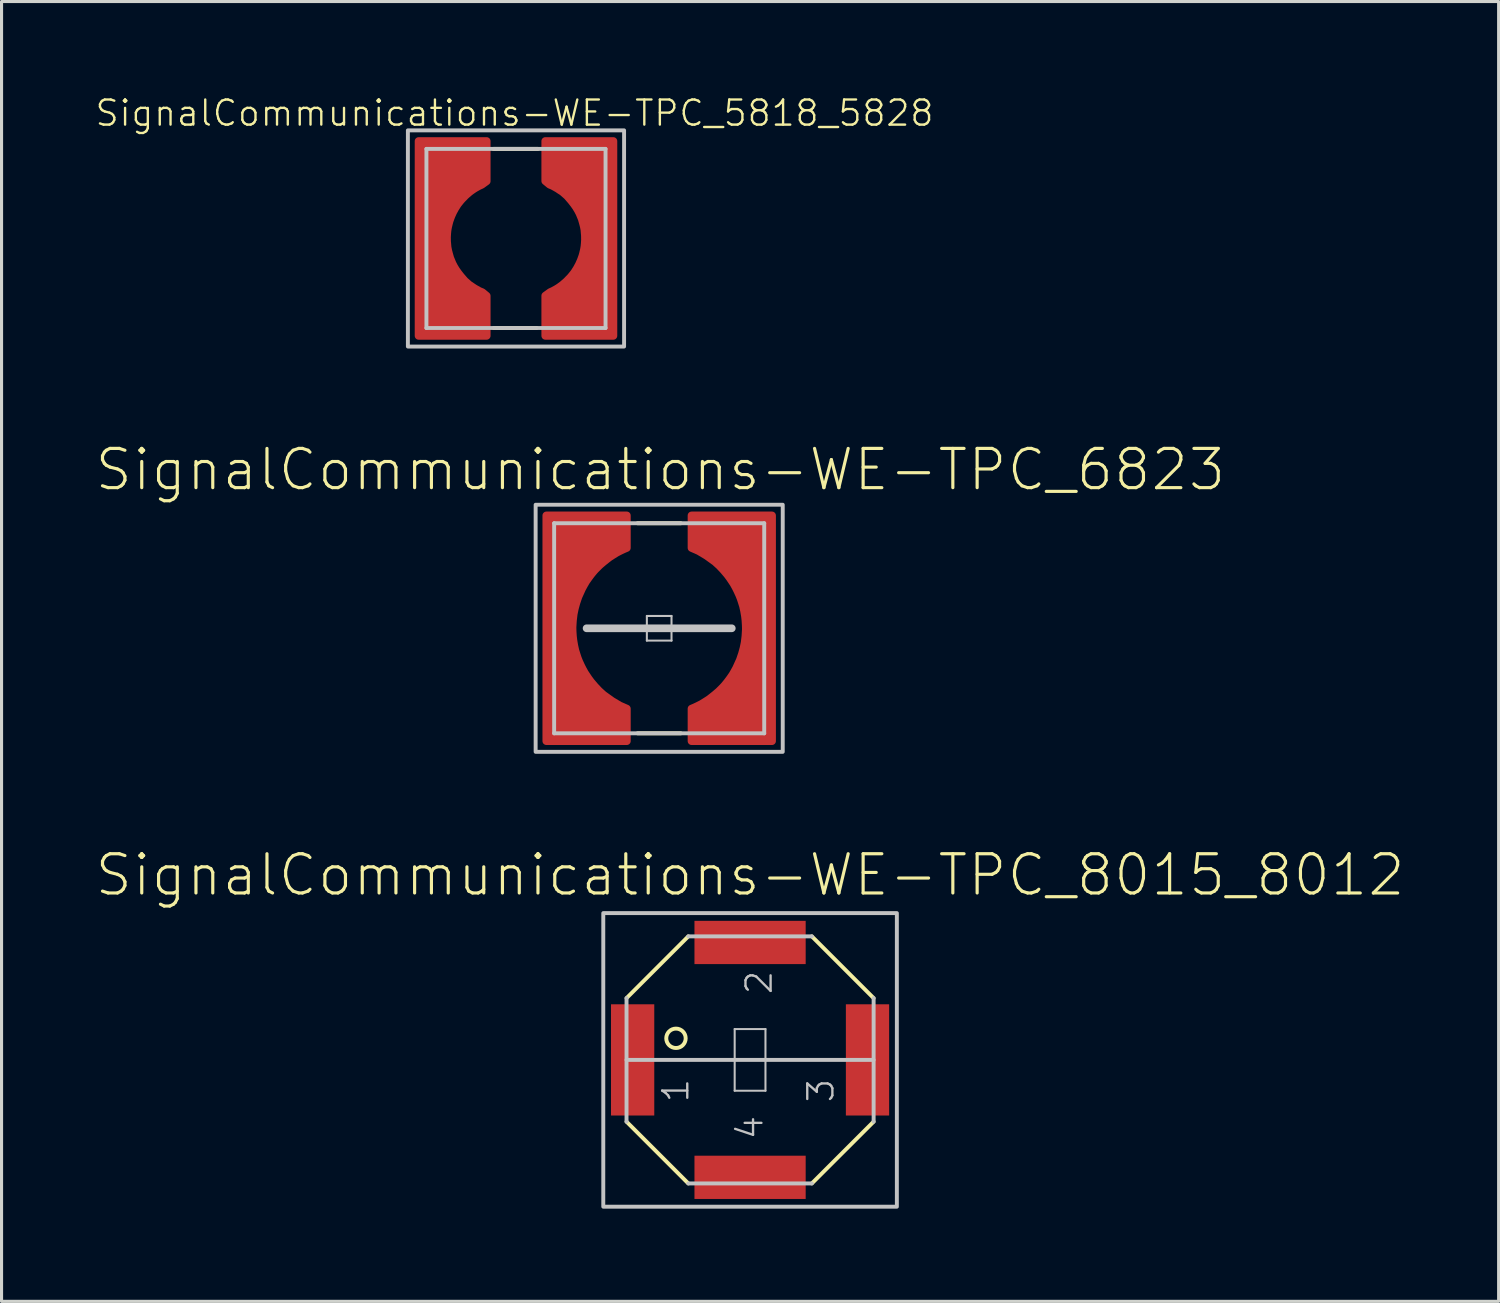
<source format=kicad_pcb>
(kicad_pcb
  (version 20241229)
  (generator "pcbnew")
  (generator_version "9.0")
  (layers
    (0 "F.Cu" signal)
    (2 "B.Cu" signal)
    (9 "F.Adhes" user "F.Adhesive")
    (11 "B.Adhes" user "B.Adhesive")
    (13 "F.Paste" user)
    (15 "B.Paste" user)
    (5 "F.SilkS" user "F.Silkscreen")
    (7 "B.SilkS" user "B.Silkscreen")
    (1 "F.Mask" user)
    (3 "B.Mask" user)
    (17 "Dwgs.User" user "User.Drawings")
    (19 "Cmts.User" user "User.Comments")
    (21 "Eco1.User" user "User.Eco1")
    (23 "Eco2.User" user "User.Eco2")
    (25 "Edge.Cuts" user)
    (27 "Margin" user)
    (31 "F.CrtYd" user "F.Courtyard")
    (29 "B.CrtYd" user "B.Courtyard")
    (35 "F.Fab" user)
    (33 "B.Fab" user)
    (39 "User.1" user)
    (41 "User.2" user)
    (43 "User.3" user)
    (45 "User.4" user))
  (footprint "SignalCommunications-WE-TPC_6823"
    (layer "F.Cu")
    (at 18.281 17.281)
    (property "Reference" "SignalCommunications-WE-TPC_6823" (at 0.038 -5.133 0) (layer "F.SilkS") (effects (font (size 1.27 1.27) (thickness 0.102))))
    (attr smd)
    (fp_poly (pts (xy -3.65 -3.65) (xy -1.049 -3.65) (xy -1.049 -2.601) (xy -1.146 -2.56) (xy -1.252 -2.51) (xy -1.372 -2.449) (xy -1.499 -2.37) (xy -1.6 -2.306) (xy -1.676 -2.248) (xy -1.801 -2.149) (xy -1.923 -2.045) (xy -2.06 -1.908) (xy -2.116 -1.847) (xy -2.202 -1.742) (xy -2.283 -1.633) (xy -2.37 -1.509) (xy -2.426 -1.412) (xy -2.494 -1.288) (xy -2.56 -1.143) (xy -2.614 -1.024) (xy -2.682 -0.823) (xy -2.731 -0.643) (xy -2.769 -0.462) (xy -2.794 -0.249) (xy -2.807 -0.03) (xy -2.804 0.097) (xy -2.794 0.257) (xy -2.779 0.389) (xy -2.751 0.556) (xy -2.715 0.719) (xy -2.675 0.846) (xy -2.637 0.963) (xy -2.591 1.079) (xy -2.525 1.222) (xy -2.474 1.323) (xy -2.408 1.443) (xy -2.344 1.539) (xy -2.281 1.633) (xy -2.205 1.735) (xy -2.08 1.882) (xy -1.948 2.022) (xy -1.803 2.154) (xy -1.527 2.352) (xy -1.275 2.502) (xy -1.049 2.601) (xy -1.049 3.65) (xy -3.65 3.65) (xy -3.65 -3.65)) (stroke (width 0.254) (type solid)) (fill yes) (layer "F.Cu"))
    (fp_poly (pts (xy 3.65 3.65) (xy 1.049 3.65) (xy 1.049 2.601) (xy 1.146 2.56) (xy 1.252 2.51) (xy 1.372 2.449) (xy 1.499 2.37) (xy 1.6 2.306) (xy 1.676 2.248) (xy 1.801 2.149) (xy 1.923 2.045) (xy 2.06 1.908) (xy 2.116 1.847) (xy 2.202 1.742) (xy 2.283 1.633) (xy 2.37 1.509) (xy 2.426 1.412) (xy 2.494 1.288) (xy 2.56 1.143) (xy 2.614 1.024) (xy 2.682 0.823) (xy 2.731 0.643) (xy 2.769 0.462) (xy 2.794 0.249) (xy 2.807 0.03) (xy 2.804 -0.097) (xy 2.794 -0.257) (xy 2.779 -0.389) (xy 2.751 -0.556) (xy 2.715 -0.719) (xy 2.675 -0.846) (xy 2.637 -0.963) (xy 2.591 -1.079) (xy 2.525 -1.222) (xy 2.474 -1.323) (xy 2.408 -1.443) (xy 2.344 -1.539) (xy 2.281 -1.633) (xy 2.205 -1.735) (xy 2.08 -1.882) (xy 1.948 -2.022) (xy 1.803 -2.154) (xy 1.527 -2.352) (xy 1.275 -2.502) (xy 1.049 -2.601) (xy 1.049 -3.65) (xy 3.65 -3.65) (xy 3.65 3.65)) (stroke (width 0.254) (type solid)) (fill yes) (layer "F.Cu"))
    (fp_poly (pts (xy -3.754 -3.749) (xy -0.95 -3.749) (xy -0.95 -2.532) (xy -1.029 -2.502) (xy -1.146 -2.454) (xy -1.26 -2.39) (xy -1.392 -2.316) (xy -1.509 -2.248) (xy -1.636 -2.159) (xy -1.722 -2.09) (xy -1.852 -1.981) (xy -2.014 -1.819) (xy -2.162 -1.641) (xy -2.289 -1.443) (xy -2.405 -1.247) (xy -2.482 -1.087) (xy -2.543 -0.925) (xy -2.598 -0.752) (xy -2.644 -0.566) (xy -2.68 -0.394) (xy -2.692 -0.251) (xy -2.705 -0.104) (xy -2.703 0.013) (xy -2.695 0.168) (xy -2.68 0.368) (xy -2.639 0.597) (xy -2.581 0.81) (xy -2.51 1.003) (xy -2.428 1.194) (xy -2.334 1.374) (xy -2.22 1.549) (xy -2.106 1.702) (xy -1.971 1.852) (xy -1.819 1.999) (xy -1.669 2.131) (xy -1.488 2.263) (xy -1.28 2.38) (xy -1.097 2.477) (xy -0.945 2.537) (xy -0.95 2.537) (xy -0.95 3.749) (xy -3.749 3.749) (xy -3.749 -3.749) (xy -3.754 -3.749)) (stroke (width 0.254) (type solid)) (fill yes) (layer "F.Mask"))
    (fp_poly (pts (xy 3.754 3.749) (xy 0.95 3.749) (xy 0.95 2.532) (xy 1.029 2.502) (xy 1.146 2.454) (xy 1.26 2.39) (xy 1.392 2.316) (xy 1.509 2.248) (xy 1.636 2.159) (xy 1.722 2.09) (xy 1.852 1.981) (xy 2.014 1.819) (xy 2.162 1.641) (xy 2.289 1.443) (xy 2.405 1.247) (xy 2.482 1.087) (xy 2.543 0.925) (xy 2.598 0.752) (xy 2.644 0.566) (xy 2.68 0.394) (xy 2.692 0.251) (xy 2.705 0.104) (xy 2.703 -0.013) (xy 2.695 -0.168) (xy 2.68 -0.368) (xy 2.639 -0.597) (xy 2.581 -0.81) (xy 2.51 -1.003) (xy 2.428 -1.194) (xy 2.334 -1.374) (xy 2.22 -1.549) (xy 2.106 -1.702) (xy 1.971 -1.852) (xy 1.819 -1.999) (xy 1.669 -2.131) (xy 1.488 -2.263) (xy 1.28 -2.38) (xy 1.097 -2.477) (xy 0.945 -2.537) (xy 0.95 -2.537) (xy 0.95 -3.749) (xy 3.749 -3.749) (xy 3.749 3.749) (xy 3.754 3.749)) (stroke (width 0.254) (type solid)) (fill yes) (layer "F.Mask"))
    (fp_line (start -0.699 -3.399) (end 0.699 -3.399) (stroke (width 0.127) (type solid)) (layer "F.SilkS"))
    (fp_line (start -0.699 3.399) (end 0.699 3.399) (stroke (width 0.127) (type solid)) (layer "F.SilkS"))
    (fp_poly (pts (xy -1.049 -3.65) (xy -1.049 -2.603) (xy -1.146 -2.563) (xy -1.265 -2.51) (xy -1.402 -2.426) (xy -1.554 -2.334) (xy -1.692 -2.235) (xy -1.849 -2.111) (xy -1.994 -1.974) (xy -2.172 -1.791) (xy -2.334 -1.58) (xy -2.502 -1.285) (xy -2.634 -0.986) (xy -2.743 -0.648) (xy -2.794 -0.295) (xy -2.812 0) (xy -2.797 0.254) (xy -2.753 0.533) (xy -2.68 0.853) (xy -2.586 1.095) (xy -2.461 1.339) (xy -2.342 1.554) (xy -2.187 1.755) (xy -2.002 1.958) (xy -1.849 2.116) (xy -1.656 2.268) (xy -1.483 2.385) (xy -1.275 2.494) (xy -1.052 2.596) (xy -1.049 2.601) (xy -1.049 3.65) (xy -3.65 3.65) (xy -3.65 -3.65) (xy -1.049 -3.65)) (stroke (width 0.254) (type solid)) (fill yes) (layer "F.Paste"))
    (fp_poly (pts (xy 1.049 3.65) (xy 1.049 2.603) (xy 1.146 2.563) (xy 1.265 2.51) (xy 1.402 2.426) (xy 1.554 2.334) (xy 1.692 2.235) (xy 1.849 2.111) (xy 1.994 1.974) (xy 2.172 1.791) (xy 2.334 1.58) (xy 2.502 1.285) (xy 2.634 0.986) (xy 2.743 0.648) (xy 2.794 0.295) (xy 2.812 0) (xy 2.797 -0.254) (xy 2.753 -0.533) (xy 2.68 -0.853) (xy 2.586 -1.095) (xy 2.461 -1.339) (xy 2.342 -1.554) (xy 2.187 -1.755) (xy 2.002 -1.958) (xy 1.849 -2.116) (xy 1.656 -2.268) (xy 1.483 -2.385) (xy 1.275 -2.494) (xy 1.052 -2.596) (xy 1.049 -2.601) (xy 1.049 -3.65) (xy 3.65 -3.65) (xy 3.65 3.65) (xy 1.049 3.65)) (stroke (width 0.254) (type solid)) (fill yes) (layer "F.Paste"))
    (fp_line (start -3.399 -3.399) (end 3.399 -3.399) (stroke (width 0.127) (type solid)) (layer "Dwgs.User"))
    (fp_line (start -3.399 3.399) (end -3.399 -3.399) (stroke (width 0.127) (type solid)) (layer "Dwgs.User"))
    (fp_line (start -2.349 0) (end 2.349 0) (stroke (width 0.249) (type solid)) (layer "Dwgs.User"))
    (fp_line (start -0.399 -0.399) (end 0.399 -0.399) (stroke (width 0.066) (type solid)) (layer "Dwgs.User"))
    (fp_line (start -0.399 0.399) (end -0.399 -0.399) (stroke (width 0.066) (type solid)) (layer "Dwgs.User"))
    (fp_line (start -0.399 0.399) (end 0.399 0.399) (stroke (width 0.066) (type solid)) (layer "Dwgs.User"))
    (fp_line (start 0.399 0.399) (end 0.399 -0.399) (stroke (width 0.066) (type solid)) (layer "Dwgs.User"))
    (fp_line (start 3.399 -3.399) (end 3.399 3.399) (stroke (width 0.127) (type solid)) (layer "Dwgs.User"))
    (fp_line (start 3.399 3.399) (end -3.399 3.399) (stroke (width 0.127) (type solid)) (layer "Dwgs.User"))
    (fp_poly (pts (xy -3.998 -3.998) (xy 3.998 -3.998) (xy 3.998 3.998) (xy -3.998 3.998) (xy -3.998 -3.998)) (stroke (width 0.127) (type solid)) (fill no) (layer "Dwgs.User"))
    (pad "1" smd rect (at -3.198 0 90) (size 7.3 0.798) (layers "F.Cu" "F.Mask" "F.Paste"))
    (pad "2" smd rect (at 3.198 0 270) (size 7.3 0.798) (layers "F.Cu" "F.Mask" "F.Paste")))
  (footprint "SignalCommunications-WE-TPC_5818_5828"
    (layer "F.Cu")
    (at 13.647 4.666)
    (property "Reference" "SignalCommunications-WE-TPC_5818_5828" (at -0.048 -4.056 0) (layer "F.SilkS") (effects (font (size 0.813 0.813) (thickness 0.076))))
    (attr smd)
    (fp_poly (pts (xy -0.95 1.857) (xy -0.95 3.15) (xy -3.15 3.15) (xy -3.15 -3.15) (xy -0.95 -3.15) (xy -0.95 -1.852) (xy -1.105 -1.74) (xy -1.153 -1.717) (xy -1.194 -1.699) (xy -1.227 -1.681) (xy -1.308 -1.636) (xy -1.369 -1.598) (xy -1.433 -1.554) (xy -1.481 -1.519) (xy -1.532 -1.478) (xy -1.565 -1.448) (xy -1.603 -1.417) (xy -1.654 -1.369) (xy -1.697 -1.323) (xy -1.742 -1.278) (xy -1.786 -1.229) (xy -1.875 -1.118) (xy -1.905 -1.074) (xy -1.935 -1.026) (xy -1.966 -0.978) (xy -1.999 -0.917) (xy -2.037 -0.848) (xy -2.065 -0.785) (xy -2.09 -0.729) (xy -2.111 -0.676) (xy -2.151 -0.564) (xy -2.169 -0.498) (xy -2.184 -0.437) (xy -2.197 -0.384) (xy -2.21 -0.315) (xy -2.22 -0.249) (xy -2.228 -0.163) (xy -2.235 -0.043) (xy -2.233 0.097) (xy -2.225 0.183) (xy -2.217 0.282) (xy -2.195 0.396) (xy -2.167 0.503) (xy -2.131 0.63) (xy -2.057 0.81) (xy -2.004 0.912) (xy -1.943 1.013) (xy -1.875 1.11) (xy -1.786 1.224) (xy -1.656 1.374) (xy -1.514 1.499) (xy -1.341 1.615) (xy -1.186 1.702) (xy -1.09 1.742) (xy -0.95 1.857)) (stroke (width 0.254) (type solid)) (fill yes) (layer "F.Cu"))
    (fp_poly (pts (xy 0.95 -1.857) (xy 0.95 -3.15) (xy 3.15 -3.15) (xy 3.15 3.15) (xy 0.95 3.15) (xy 0.95 1.852) (xy 1.105 1.74) (xy 1.153 1.717) (xy 1.194 1.699) (xy 1.227 1.681) (xy 1.308 1.636) (xy 1.369 1.598) (xy 1.433 1.554) (xy 1.481 1.519) (xy 1.532 1.478) (xy 1.565 1.448) (xy 1.603 1.417) (xy 1.654 1.369) (xy 1.697 1.323) (xy 1.742 1.278) (xy 1.786 1.229) (xy 1.875 1.118) (xy 1.905 1.074) (xy 1.935 1.026) (xy 1.966 0.978) (xy 1.999 0.917) (xy 2.037 0.848) (xy 2.065 0.785) (xy 2.09 0.729) (xy 2.111 0.676) (xy 2.151 0.564) (xy 2.169 0.498) (xy 2.184 0.437) (xy 2.197 0.384) (xy 2.21 0.315) (xy 2.22 0.249) (xy 2.228 0.163) (xy 2.235 0.043) (xy 2.233 -0.097) (xy 2.225 -0.183) (xy 2.217 -0.282) (xy 2.195 -0.396) (xy 2.167 -0.503) (xy 2.131 -0.63) (xy 2.057 -0.81) (xy 2.004 -0.912) (xy 1.943 -1.013) (xy 1.875 -1.11) (xy 1.786 -1.224) (xy 1.656 -1.374) (xy 1.514 -1.499) (xy 1.341 -1.615) (xy 1.186 -1.702) (xy 1.09 -1.742) (xy 0.95 -1.857)) (stroke (width 0.254) (type solid)) (fill yes) (layer "F.Cu"))
    (fp_poly (pts (xy -3.249 -3.249) (xy -0.848 -3.249) (xy -0.848 -1.679) (xy -1.034 -1.659) (xy -1.087 -1.633) (xy -1.189 -1.587) (xy -1.273 -1.537) (xy -1.374 -1.471) (xy -1.473 -1.397) (xy -1.542 -1.339) (xy -1.626 -1.252) (xy -1.697 -1.176) (xy -1.76 -1.1) (xy -1.824 -1.013) (xy -1.854 -0.968) (xy -1.885 -0.909) (xy -1.925 -0.846) (xy -1.963 -0.767) (xy -1.994 -0.699) (xy -2.017 -0.643) (xy -2.04 -0.577) (xy -2.06 -0.521) (xy -2.08 -0.445) (xy -2.098 -0.366) (xy -2.111 -0.284) (xy -2.123 -0.206) (xy -2.129 -0.142) (xy -2.134 -0.048) (xy -2.134 0.048) (xy -2.129 0.16) (xy -2.113 0.259) (xy -2.098 0.366) (xy -2.08 0.434) (xy -2.062 0.511) (xy -2.032 0.602) (xy -2.004 0.681) (xy -1.961 0.77) (xy -1.925 0.851) (xy -1.887 0.912) (xy -1.839 0.991) (xy -1.788 1.067) (xy -1.712 1.161) (xy -1.628 1.257) (xy -1.544 1.339) (xy -1.45 1.417) (xy -1.339 1.499) (xy -1.209 1.585) (xy -1.09 1.636) (xy -0.848 1.687) (xy -0.848 3.249) (xy -3.249 3.249) (xy -3.249 -3.249)) (stroke (width 0.254) (type solid)) (fill yes) (layer "F.Mask"))
    (fp_poly (pts (xy 3.249 3.249) (xy 0.848 3.249) (xy 0.848 1.679) (xy 1.034 1.659) (xy 1.087 1.633) (xy 1.189 1.587) (xy 1.273 1.537) (xy 1.374 1.471) (xy 1.473 1.397) (xy 1.542 1.339) (xy 1.626 1.252) (xy 1.697 1.176) (xy 1.76 1.1) (xy 1.824 1.013) (xy 1.854 0.968) (xy 1.885 0.909) (xy 1.925 0.846) (xy 1.963 0.767) (xy 1.994 0.699) (xy 2.017 0.643) (xy 2.04 0.577) (xy 2.06 0.521) (xy 2.08 0.445) (xy 2.098 0.366) (xy 2.111 0.284) (xy 2.123 0.206) (xy 2.129 0.142) (xy 2.134 0.048) (xy 2.134 -0.048) (xy 2.129 -0.16) (xy 2.113 -0.259) (xy 2.098 -0.366) (xy 2.08 -0.434) (xy 2.062 -0.511) (xy 2.032 -0.602) (xy 2.004 -0.681) (xy 1.961 -0.77) (xy 1.925 -0.851) (xy 1.887 -0.912) (xy 1.839 -0.991) (xy 1.788 -1.067) (xy 1.712 -1.161) (xy 1.628 -1.257) (xy 1.544 -1.339) (xy 1.45 -1.417) (xy 1.339 -1.499) (xy 1.209 -1.585) (xy 1.09 -1.636) (xy 0.848 -1.687) (xy 0.848 -3.249) (xy 3.249 -3.249) (xy 3.249 3.249)) (stroke (width 0.254) (type solid)) (fill yes) (layer "F.Mask"))
    (fp_line (start -0.729 -2.898) (end 0.709 -2.898) (stroke (width 0.127) (type solid)) (layer "F.SilkS"))
    (fp_line (start -0.719 2.898) (end 0.668 2.898) (stroke (width 0.127) (type solid)) (layer "F.SilkS"))
    (fp_poly (pts (xy -3.15 3.15) (xy -3.15 -3.15) (xy -0.95 -3.15) (xy -0.95 -1.852) (xy -1.082 -1.75) (xy -1.123 -1.73) (xy -1.189 -1.699) (xy -1.265 -1.659) (xy -1.339 -1.618) (xy -1.405 -1.572) (xy -1.478 -1.524) (xy -1.547 -1.466) (xy -1.603 -1.417) (xy -1.646 -1.379) (xy -1.679 -1.349) (xy -1.753 -1.27) (xy -1.808 -1.204) (xy -1.867 -1.13) (xy -1.913 -1.059) (xy -1.971 -0.963) (xy -2.035 -0.859) (xy -2.085 -0.742) (xy -2.126 -0.64) (xy -2.164 -0.521) (xy -2.189 -0.422) (xy -2.21 -0.335) (xy -2.225 -0.221) (xy -2.233 -0.089) (xy -2.235 0.041) (xy -2.23 0.185) (xy -2.21 0.312) (xy -2.195 0.394) (xy -2.177 0.475) (xy -2.144 0.584) (xy -2.116 0.686) (xy -2.07 0.782) (xy -2.017 0.894) (xy -1.968 0.98) (xy -1.902 1.079) (xy -1.836 1.166) (xy -1.773 1.245) (xy -1.694 1.333) (xy -1.6 1.425) (xy -1.516 1.499) (xy -1.394 1.59) (xy -1.255 1.669) (xy -1.138 1.725) (xy -0.95 1.849) (xy -0.95 3.15) (xy -3.15 3.15)) (stroke (width 0.254) (type solid)) (fill yes) (layer "F.Paste"))
    (fp_poly (pts (xy 3.15 -3.15) (xy 3.15 3.15) (xy 0.95 3.15) (xy 0.95 1.852) (xy 1.082 1.75) (xy 1.123 1.73) (xy 1.189 1.699) (xy 1.265 1.659) (xy 1.339 1.618) (xy 1.405 1.572) (xy 1.478 1.524) (xy 1.547 1.466) (xy 1.603 1.417) (xy 1.646 1.379) (xy 1.679 1.349) (xy 1.753 1.27) (xy 1.808 1.204) (xy 1.867 1.13) (xy 1.913 1.059) (xy 1.971 0.963) (xy 2.035 0.859) (xy 2.085 0.742) (xy 2.126 0.64) (xy 2.164 0.521) (xy 2.189 0.422) (xy 2.21 0.335) (xy 2.225 0.221) (xy 2.233 0.089) (xy 2.235 -0.041) (xy 2.23 -0.185) (xy 2.21 -0.312) (xy 2.195 -0.394) (xy 2.177 -0.475) (xy 2.144 -0.584) (xy 2.116 -0.686) (xy 2.07 -0.782) (xy 2.017 -0.894) (xy 1.968 -0.98) (xy 1.902 -1.079) (xy 1.836 -1.166) (xy 1.773 -1.245) (xy 1.694 -1.333) (xy 1.6 -1.425) (xy 1.516 -1.499) (xy 1.394 -1.59) (xy 1.255 -1.669) (xy 1.138 -1.725) (xy 0.95 -1.849) (xy 0.95 -3.15) (xy 3.15 -3.15)) (stroke (width 0.254) (type solid)) (fill yes) (layer "F.Paste"))
    (fp_line (start -2.898 2.898) (end -2.898 -2.898) (stroke (width 0.127) (type solid)) (layer "Dwgs.User"))
    (fp_line (start 2.898 -2.898) (end -2.898 -2.898) (stroke (width 0.127) (type solid)) (layer "Dwgs.User"))
    (fp_line (start 2.898 2.898) (end -2.898 2.898) (stroke (width 0.127) (type solid)) (layer "Dwgs.User"))
    (fp_line (start 2.898 2.898) (end 2.898 -2.898) (stroke (width 0.127) (type solid)) (layer "Dwgs.User"))
    (fp_poly (pts (xy -3.498 -3.498) (xy 3.498 -3.498) (xy 3.498 3.498) (xy -3.498 3.498) (xy -3.498 -3.498)) (stroke (width 0.127) (type solid)) (fill no) (layer "Dwgs.User"))
    (pad "1" smd rect (at -2.649 0 90) (size 6.299 0.899) (layers "F.Cu" "F.Mask" "F.Paste"))
    (pad "2" smd rect (at 2.598 0 270) (size 6.299 0.899) (layers "F.Cu" "F.Mask" "F.Paste")))
  (footprint "SignalCommunications-WE-TPC_8015_8012"
    (layer "F.Cu")
    (at 21.222 31.248)
    (property "Reference" "SignalCommunications-WE-TPC_8015_8012" (at 0 -5.984 0) (layer "F.SilkS") (effects (font (size 1.27 1.27) (thickness 0.102))))
    (attr smd)
    (fp_line (start -3.998 -1.999) (end -1.999 -3.998) (stroke (width 0.127) (type solid)) (layer "F.SilkS"))
    (fp_line (start -1.999 3.998) (end -3.998 1.999) (stroke (width 0.127) (type solid)) (layer "F.SilkS"))
    (fp_line (start 1.999 -3.998) (end 3.998 -1.999) (stroke (width 0.127) (type solid)) (layer "F.SilkS"))
    (fp_line (start 3.998 1.999) (end 1.999 3.998) (stroke (width 0.127) (type solid)) (layer "F.SilkS"))
    (fp_circle (center -2.398 -0.699) (end -2.398 -1.013) (stroke (width 0.127) (type solid)) (fill no) (layer "F.SilkS"))
    (fp_line (start -3.998 0) (end 3.998 0) (stroke (width 0.127) (type solid)) (layer "Dwgs.User"))
    (fp_line (start -3.998 1.999) (end -3.998 -1.999) (stroke (width 0.127) (type solid)) (layer "Dwgs.User"))
    (fp_line (start -1.999 -3.998) (end 1.999 -3.998) (stroke (width 0.127) (type solid)) (layer "Dwgs.User"))
    (fp_line (start -1.999 3.998) (end 1.999 3.998) (stroke (width 0.127) (type solid)) (layer "Dwgs.User"))
    (fp_line (start -0.498 -0.998) (end 0.498 -0.998) (stroke (width 0.066) (type solid)) (layer "Dwgs.User"))
    (fp_line (start -0.498 0.998) (end -0.498 -0.998) (stroke (width 0.066) (type solid)) (layer "Dwgs.User"))
    (fp_line (start -0.498 0.998) (end 0.498 0.998) (stroke (width 0.066) (type solid)) (layer "Dwgs.User"))
    (fp_line (start 0.498 0.998) (end 0.498 -0.998) (stroke (width 0.066) (type solid)) (layer "Dwgs.User"))
    (fp_line (start 3.998 1.999) (end 3.998 -1.999) (stroke (width 0.127) (type solid)) (layer "Dwgs.User"))
    (fp_poly (pts (xy -4.75 4.75) (xy -4.75 -4.75) (xy 4.75 -4.75) (xy 4.75 4.75) (xy -4.75 4.75)) (stroke (width 0.127) (type solid)) (fill no) (layer "Dwgs.User"))
    (fp_text user "2" (at 0.292 -2.504 90) (layer "Dwgs.User") (effects (font (size 0.813 0.813) (thickness 0.076))))
    (fp_text user "3" (at 2.291 0.993 90) (layer "Dwgs.User") (effects (font (size 0.813 0.813) (thickness 0.076))))
    (fp_text user "1" (at -2.405 0.993 90) (layer "Dwgs.User") (effects (font (size 0.813 0.813) (thickness 0.076))))
    (fp_text user "4" (at -0.005 2.192 90) (layer "Dwgs.User") (effects (font (size 0.813 0.813) (thickness 0.076))))
    (pad "1" smd rect (at -3.8 0 90) (size 3.599 1.4) (layers "F.Cu" "F.Mask" "F.Paste"))
    (pad "2" smd rect (at 0 -3.8 90) (size 1.4 3.599) (layers "F.Cu" "F.Mask" "F.Paste"))
    (pad "3" smd rect (at 3.8 0 90) (size 3.599 1.4) (layers "F.Cu" "F.Mask" "F.Paste"))
    (pad "4" smd rect (at 0 3.8 90) (size 1.4 3.599) (layers "F.Cu" "F.Mask" "F.Paste")))
  (gr_rect
    (start -3 -3)
    (end 45.445 39.062)
    (stroke (width 0.1) (type default))
    (fill no)
    (layer "Edge.Cuts")))
</source>
